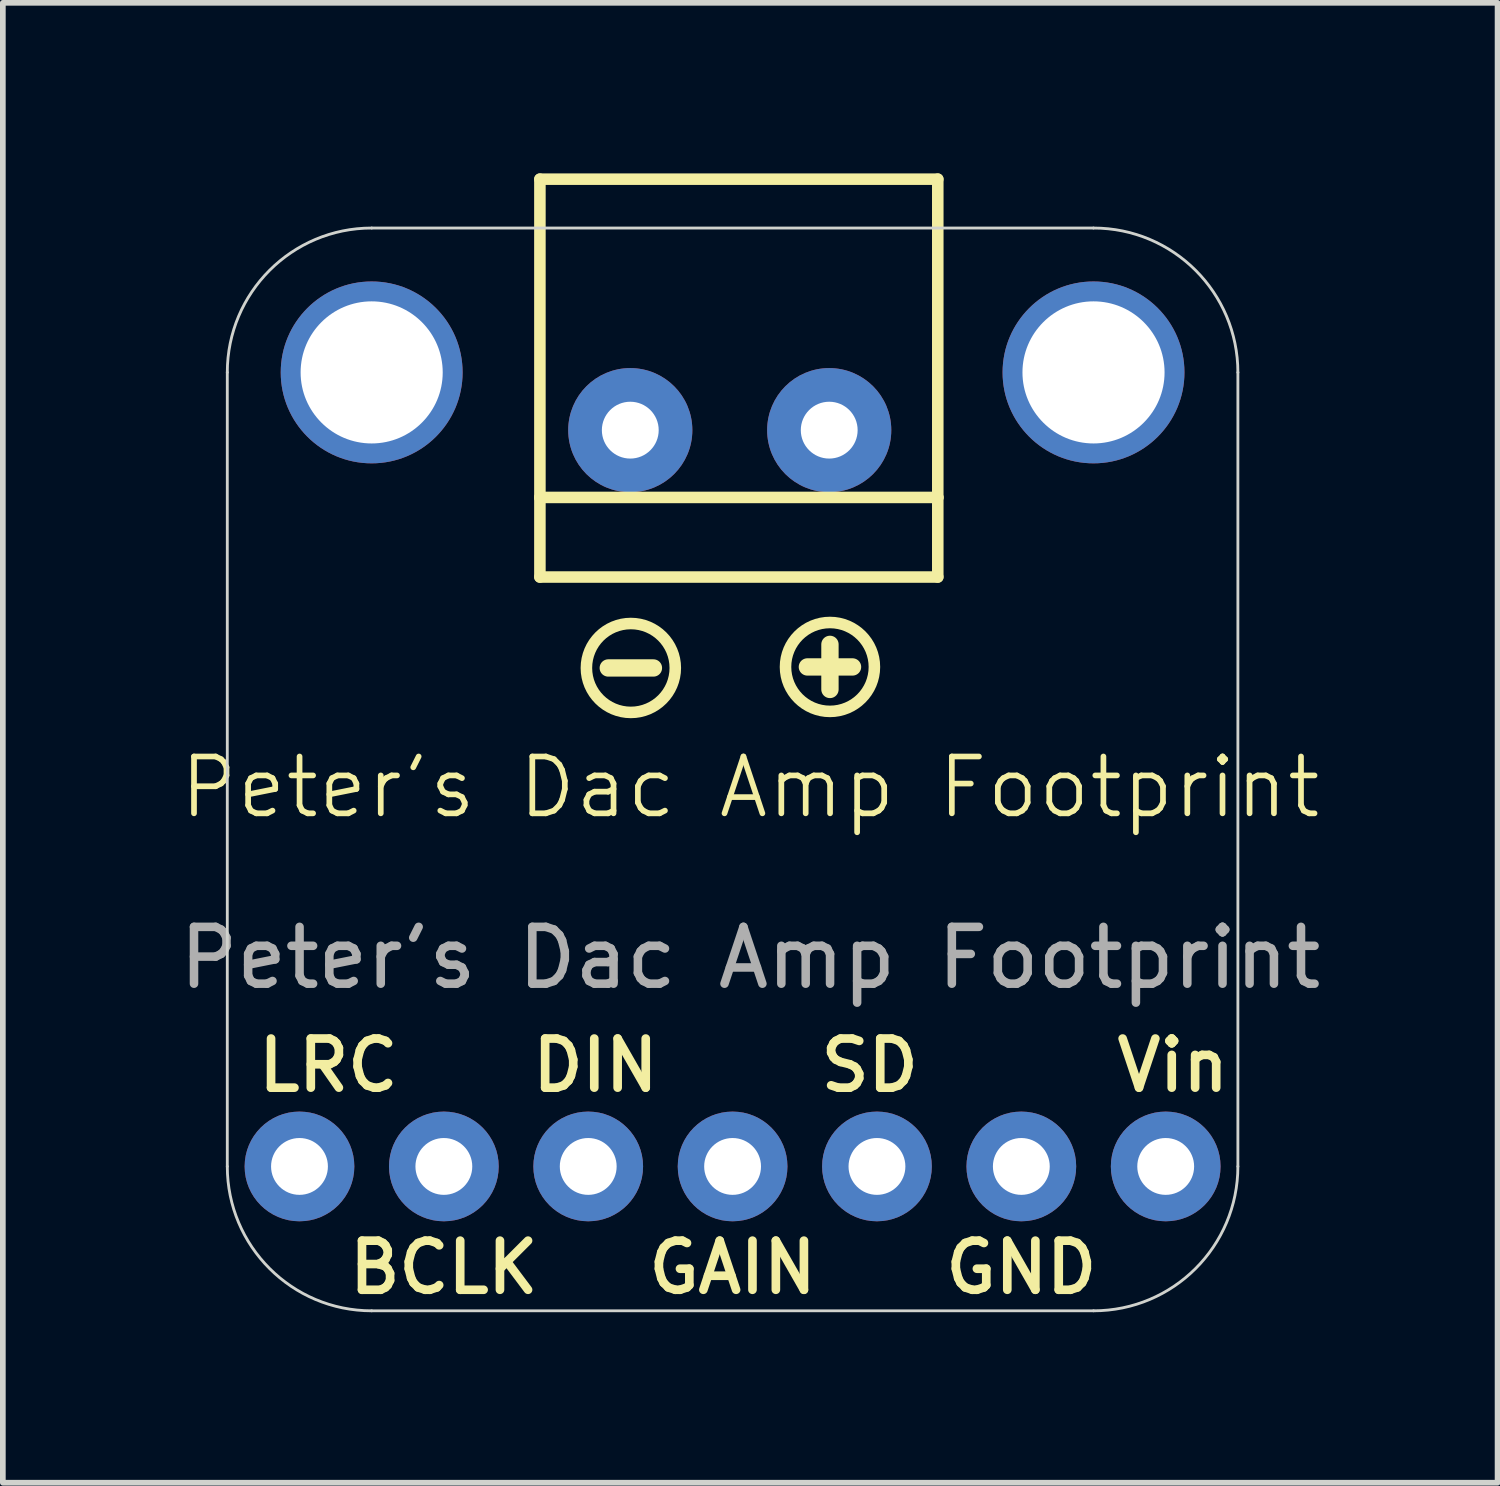
<source format=kicad_pcb>
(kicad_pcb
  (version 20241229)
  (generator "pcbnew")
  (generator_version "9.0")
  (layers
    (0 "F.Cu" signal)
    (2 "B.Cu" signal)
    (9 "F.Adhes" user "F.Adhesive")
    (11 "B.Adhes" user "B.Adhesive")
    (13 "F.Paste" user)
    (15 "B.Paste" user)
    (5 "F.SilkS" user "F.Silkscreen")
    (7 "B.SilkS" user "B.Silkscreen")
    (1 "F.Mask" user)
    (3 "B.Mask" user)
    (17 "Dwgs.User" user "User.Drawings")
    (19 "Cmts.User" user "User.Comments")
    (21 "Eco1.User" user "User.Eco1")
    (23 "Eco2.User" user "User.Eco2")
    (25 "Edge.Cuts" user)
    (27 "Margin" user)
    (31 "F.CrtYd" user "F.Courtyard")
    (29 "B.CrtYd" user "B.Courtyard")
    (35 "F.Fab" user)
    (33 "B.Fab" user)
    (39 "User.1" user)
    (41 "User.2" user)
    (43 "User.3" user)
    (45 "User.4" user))
  (footprint "Peter's Dac Amp Footprint"
    (layer "F.Cu")
    (at 14.449 7.602)
    (property "Reference" "Peter's Dac Amp Footprint" (at -4.3 3.2 0) (unlocked yes) (layer "F.SilkS") (effects (font (size 1 1) (thickness 0.1))))
    (attr smd)
    (fp_line (start -8 -7.5) (end -8 -1.9) (stroke (width 0.203) (type solid)) (layer "F.SilkS"))
    (fp_line (start -8 -1.9) (end -8 -0.5) (stroke (width 0.203) (type solid)) (layer "F.SilkS"))
    (fp_line (start -8 -1.9) (end -1 -1.9) (stroke (width 0.203) (type solid)) (layer "F.SilkS"))
    (fp_line (start -8 -0.5) (end -1 -0.5) (stroke (width 0.203) (type solid)) (layer "F.SilkS"))
    (fp_line (start -6.003 1.1) (end -6.797 1.1) (stroke (width 0.305) (type solid)) (layer "F.SilkS"))
    (fp_line (start -2.897 0.685) (end -2.897 1.478) (stroke (width 0.305) (type solid)) (layer "F.SilkS"))
    (fp_line (start -2.5 1.082) (end -3.294 1.082) (stroke (width 0.305) (type solid)) (layer "F.SilkS"))
    (fp_line (start -1 -7.5) (end -8 -7.5) (stroke (width 0.203) (type solid)) (layer "F.SilkS"))
    (fp_line (start -1 -1.9) (end -1 -7.5) (stroke (width 0.203) (type solid)) (layer "F.SilkS"))
    (fp_line (start -1 -0.5) (end -1 -1.9) (stroke (width 0.203) (type solid)) (layer "F.SilkS"))
    (fp_circle (center -6.4 1.1) (end -5.618 1.1) (stroke (width 0.203) (type solid)) (fill no) (layer "F.SilkS"))
    (fp_circle (center -2.897 1.082) (end -2.115 1.082) (stroke (width 0.203) (type solid)) (fill no) (layer "F.SilkS"))
    (fp_line (start -13.5 9.87) (end -13.5 -4.1) (stroke (width 0.05) (type solid)) (layer "Edge.Cuts"))
    (fp_line (start -10.96 -6.64) (end 1.74 -6.64) (stroke (width 0.05) (type solid)) (layer "Edge.Cuts"))
    (fp_line (start 1.74 12.41) (end -10.96 12.41) (stroke (width 0.05) (type solid)) (layer "Edge.Cuts"))
    (fp_line (start 4.28 -4.1) (end 4.28 9.87) (stroke (width 0.05) (type solid)) (layer "Edge.Cuts"))
    (fp_arc (start -13.5 -4.1) (mid -12.756051 -5.896051) (end -10.96 -6.64) (stroke (width 0.05) (type solid)) (layer "Edge.Cuts"))
    (fp_arc (start -10.96 12.41) (mid -12.756051 11.666051) (end -13.5 9.87) (stroke (width 0.05) (type solid)) (layer "Edge.Cuts"))
    (fp_arc (start 1.74 -6.64) (mid 3.536051 -5.896051) (end 4.28 -4.1) (stroke (width 0.05) (type solid)) (layer "Edge.Cuts"))
    (fp_arc (start 4.28 9.87) (mid 3.536051 11.666051) (end 1.74 12.41) (stroke (width 0.05) (type solid)) (layer "Edge.Cuts"))
    (fp_poly (pts (xy -11.214 -3.846) (xy -10.706 -3.846) (xy -10.706 -4.354) (xy -11.214 -4.354)) (stroke (width 0.1) (type default)) (fill no) (layer "F.Fab"))
    (fp_text user "GAIN" (at -4.61 11.648 0) (unlocked yes) (layer "F.SilkS") (effects (font (size 0.864 0.864) (thickness 0.152))))
    (fp_text user "GND" (at 0.47 11.648 0) (unlocked yes) (layer "F.SilkS") (effects (font (size 0.864 0.864) (thickness 0.152))))
    (fp_text user "SD" (at -2.197 8.092 0) (unlocked yes) (layer "F.SilkS") (effects (font (size 0.864 0.864) (thickness 0.152))))
    (fp_text user "Vin" (at 3.137 8.092 0) (unlocked yes) (layer "F.SilkS") (effects (font (size 0.864 0.864) (thickness 0.152))))
    (fp_text user "DIN" (at -7.023 8.092 0) (unlocked yes) (layer "F.SilkS") (effects (font (size 0.864 0.864) (thickness 0.152))))
    (fp_text user "BCLK" (at -9.69 11.648 0) (unlocked yes) (layer "F.SilkS") (effects (font (size 0.864 0.864) (thickness 0.152))))
    (fp_text user "LRC" (at -11.722 8.092 0) (unlocked yes) (layer "F.SilkS") (effects (font (size 0.864 0.864) (thickness 0.152))))
    (fp_text user "${REFERENCE}" (at -4.3 6.2 0) (unlocked yes) (layer "F.Fab") (effects (font (size 1 1) (thickness 0.15))))
    (pad "1" thru_hole circle (at 3.01 9.87 270) (size 1.93 1.93) (drill 1) (layers "*.Cu" "*.Mask"))
    (pad "2" thru_hole circle (at 0.47 9.87 270) (size 1.93 1.93) (drill 1) (layers "*.Cu" "*.Mask"))
    (pad "3" thru_hole circle (at -2.07 9.87 270) (size 1.93 1.93) (drill 1) (layers "*.Cu" "*.Mask"))
    (pad "4" thru_hole circle (at -4.61 9.87 270) (size 1.93 1.93) (drill 1) (layers "*.Cu" "*.Mask"))
    (pad "5" thru_hole circle (at -7.15 9.87 270) (size 1.93 1.93) (drill 1) (layers "*.Cu" "*.Mask"))
    (pad "6" thru_hole circle (at -9.69 9.87 270) (size 1.93 1.93) (drill 1) (layers "*.Cu" "*.Mask"))
    (pad "7" thru_hole circle (at -12.23 9.87 270) (size 1.93 1.93) (drill 1) (layers "*.Cu" "*.Mask"))
    (pad "8" thru_hole circle (at -6.41 -3.084 180) (size 2.184 2.184) (drill 1) (layers "*.Cu" "*.Mask"))
    (pad "9" thru_hole circle (at -2.91 -3.084 180) (size 2.184 2.184) (drill 1) (layers "*.Cu" "*.Mask"))
    (pad "P$1" thru_hole circle (at -10.96 -4.1) (size 3.2 3.2) (drill 2.5) (layers "*.Cu" "*.Mask"))
    (pad "P$1" thru_hole circle (at 1.74 -4.1) (size 3.2 3.2) (drill 2.5) (layers "*.Cu" "*.Mask"))
    (zone (net_name "") (layer "F.Cu") (hatch edge 0.5) (connect_pads) (min_thickness 0.25) (filled_areas_thickness no) (keepout (tracks not_allowed) (vias not_allowed) (pads not_allowed) (copperpour not_allowed) (footprints allowed)) (placement (enabled no)) (fill) (polygon (pts (xy 5.505 3.502) (xy 5.485 3.221) (xy 5.427 2.946) (xy 5.331 2.682) (xy 5.198 2.433) (xy 5.033 2.206) (xy 4.838 2.003) (xy 4.616 1.83) (xy 4.373 1.69) (xy 4.112 1.584) (xy 3.839 1.516) (xy 3.559 1.487) (xy 3.278 1.497) (xy 3.001 1.545) (xy 2.734 1.632) (xy 2.481 1.756) (xy 2.248 1.913) (xy 2.039 2.101) (xy 1.858 2.317) (xy 1.709 2.555) (xy 1.594 2.812) (xy 1.517 3.082) (xy 1.478 3.361) (xy 1.478 3.642) (xy 1.517 3.921) (xy 1.594 4.191) (xy 1.709 4.448) (xy 1.858 4.687) (xy 2.039 4.902) (xy 2.248 5.09) (xy 2.481 5.248) (xy 2.734 5.371) (xy 3.001 5.458) (xy 3.278 5.507) (xy 3.559 5.516) (xy 3.839 5.487) (xy 4.112 5.419) (xy 4.373 5.314) (xy 4.616 5.173) (xy 4.838 5) (xy 5.033 4.797) (xy 5.198 4.57) (xy 5.331 4.322) (xy 5.427 4.057) (xy 5.485 3.782))) (polygon (pts (xy 3.473 3.502) (xy 3.477 3.513) (xy 3.489 3.518) (xy 3.5 3.513) (xy 3.505 3.502) (xy 3.5 3.49) (xy 3.489 3.486) (xy 3.477 3.49))))
    (zone (net_name "") (layer "F.Cu") (hatch edge 0.5) (connect_pads) (min_thickness 0.25) (filled_areas_thickness no) (keepout (tracks not_allowed) (vias not_allowed) (pads not_allowed) (copperpour not_allowed) (footprints allowed)) (placement (enabled no)) (fill) (polygon (pts (xy 18.205 3.502) (xy 18.185 3.221) (xy 18.127 2.946) (xy 18.031 2.682) (xy 17.898 2.433) (xy 17.733 2.206) (xy 17.538 2.003) (xy 17.316 1.83) (xy 17.073 1.69) (xy 16.812 1.584) (xy 16.539 1.516) (xy 16.259 1.487) (xy 15.978 1.497) (xy 15.701 1.545) (xy 15.434 1.632) (xy 15.181 1.756) (xy 14.948 1.913) (xy 14.739 2.101) (xy 14.558 2.317) (xy 14.409 2.555) (xy 14.294 2.812) (xy 14.217 3.082) (xy 14.178 3.361) (xy 14.178 3.642) (xy 14.217 3.921) (xy 14.294 4.191) (xy 14.409 4.448) (xy 14.558 4.687) (xy 14.739 4.902) (xy 14.948 5.09) (xy 15.181 5.248) (xy 15.434 5.371) (xy 15.701 5.458) (xy 15.978 5.507) (xy 16.259 5.516) (xy 16.539 5.487) (xy 16.812 5.419) (xy 17.073 5.314) (xy 17.316 5.173) (xy 17.538 5) (xy 17.733 4.797) (xy 17.898 4.57) (xy 18.031 4.322) (xy 18.127 4.057) (xy 18.185 3.782))) (polygon (pts (xy 16.173 3.502) (xy 16.177 3.513) (xy 16.189 3.518) (xy 16.2 3.513) (xy 16.205 3.502) (xy 16.2 3.49) (xy 16.189 3.486) (xy 16.177 3.49))))
    (zone (net_name "") (layer "B.Cu") (hatch edge 0.5) (connect_pads) (min_thickness 0.25) (filled_areas_thickness no) (keepout (tracks not_allowed) (vias not_allowed) (pads not_allowed) (copperpour not_allowed) (footprints allowed)) (placement (enabled no)) (fill) (polygon (pts (xy 5.505 3.502) (xy 5.485 3.221) (xy 5.427 2.946) (xy 5.331 2.682) (xy 5.198 2.433) (xy 5.033 2.206) (xy 4.838 2.003) (xy 4.616 1.83) (xy 4.373 1.69) (xy 4.112 1.584) (xy 3.839 1.516) (xy 3.559 1.487) (xy 3.278 1.497) (xy 3.001 1.545) (xy 2.734 1.632) (xy 2.481 1.756) (xy 2.248 1.913) (xy 2.039 2.101) (xy 1.858 2.317) (xy 1.709 2.555) (xy 1.594 2.812) (xy 1.517 3.082) (xy 1.478 3.361) (xy 1.478 3.642) (xy 1.517 3.921) (xy 1.594 4.191) (xy 1.709 4.448) (xy 1.858 4.687) (xy 2.039 4.902) (xy 2.248 5.09) (xy 2.481 5.248) (xy 2.734 5.371) (xy 3.001 5.458) (xy 3.278 5.507) (xy 3.559 5.516) (xy 3.839 5.487) (xy 4.112 5.419) (xy 4.373 5.314) (xy 4.616 5.173) (xy 4.838 5) (xy 5.033 4.797) (xy 5.198 4.57) (xy 5.331 4.322) (xy 5.427 4.057) (xy 5.485 3.782))) (polygon (pts (xy 3.473 3.502) (xy 3.477 3.513) (xy 3.489 3.518) (xy 3.5 3.513) (xy 3.505 3.502) (xy 3.5 3.49) (xy 3.489 3.486) (xy 3.477 3.49))))
    (zone (net_name "") (layer "B.Cu") (hatch edge 0.5) (connect_pads) (min_thickness 0.25) (filled_areas_thickness no) (keepout (tracks not_allowed) (vias not_allowed) (pads not_allowed) (copperpour not_allowed) (footprints allowed)) (placement (enabled no)) (fill) (polygon (pts (xy 18.205 3.502) (xy 18.185 3.221) (xy 18.127 2.946) (xy 18.031 2.682) (xy 17.898 2.433) (xy 17.733 2.206) (xy 17.538 2.003) (xy 17.316 1.83) (xy 17.073 1.69) (xy 16.812 1.584) (xy 16.539 1.516) (xy 16.259 1.487) (xy 15.978 1.497) (xy 15.701 1.545) (xy 15.434 1.632) (xy 15.181 1.756) (xy 14.948 1.913) (xy 14.739 2.101) (xy 14.558 2.317) (xy 14.409 2.555) (xy 14.294 2.812) (xy 14.217 3.082) (xy 14.178 3.361) (xy 14.178 3.642) (xy 14.217 3.921) (xy 14.294 4.191) (xy 14.409 4.448) (xy 14.558 4.687) (xy 14.739 4.902) (xy 14.948 5.09) (xy 15.181 5.248) (xy 15.434 5.371) (xy 15.701 5.458) (xy 15.978 5.507) (xy 16.259 5.516) (xy 16.539 5.487) (xy 16.812 5.419) (xy 17.073 5.314) (xy 17.316 5.173) (xy 17.538 5) (xy 17.733 4.797) (xy 17.898 4.57) (xy 18.031 4.322) (xy 18.127 4.057) (xy 18.185 3.782))) (polygon (pts (xy 16.173 3.502) (xy 16.177 3.513) (xy 16.189 3.518) (xy 16.2 3.513) (xy 16.205 3.502) (xy 16.2 3.49) (xy 16.189 3.486) (xy 16.177 3.49)))))
  (gr_rect
    (start -3 -3)
    (end 23.298 23.037)
    (stroke (width 0.1) (type default))
    (fill no)
    (layer "Edge.Cuts")))
</source>
